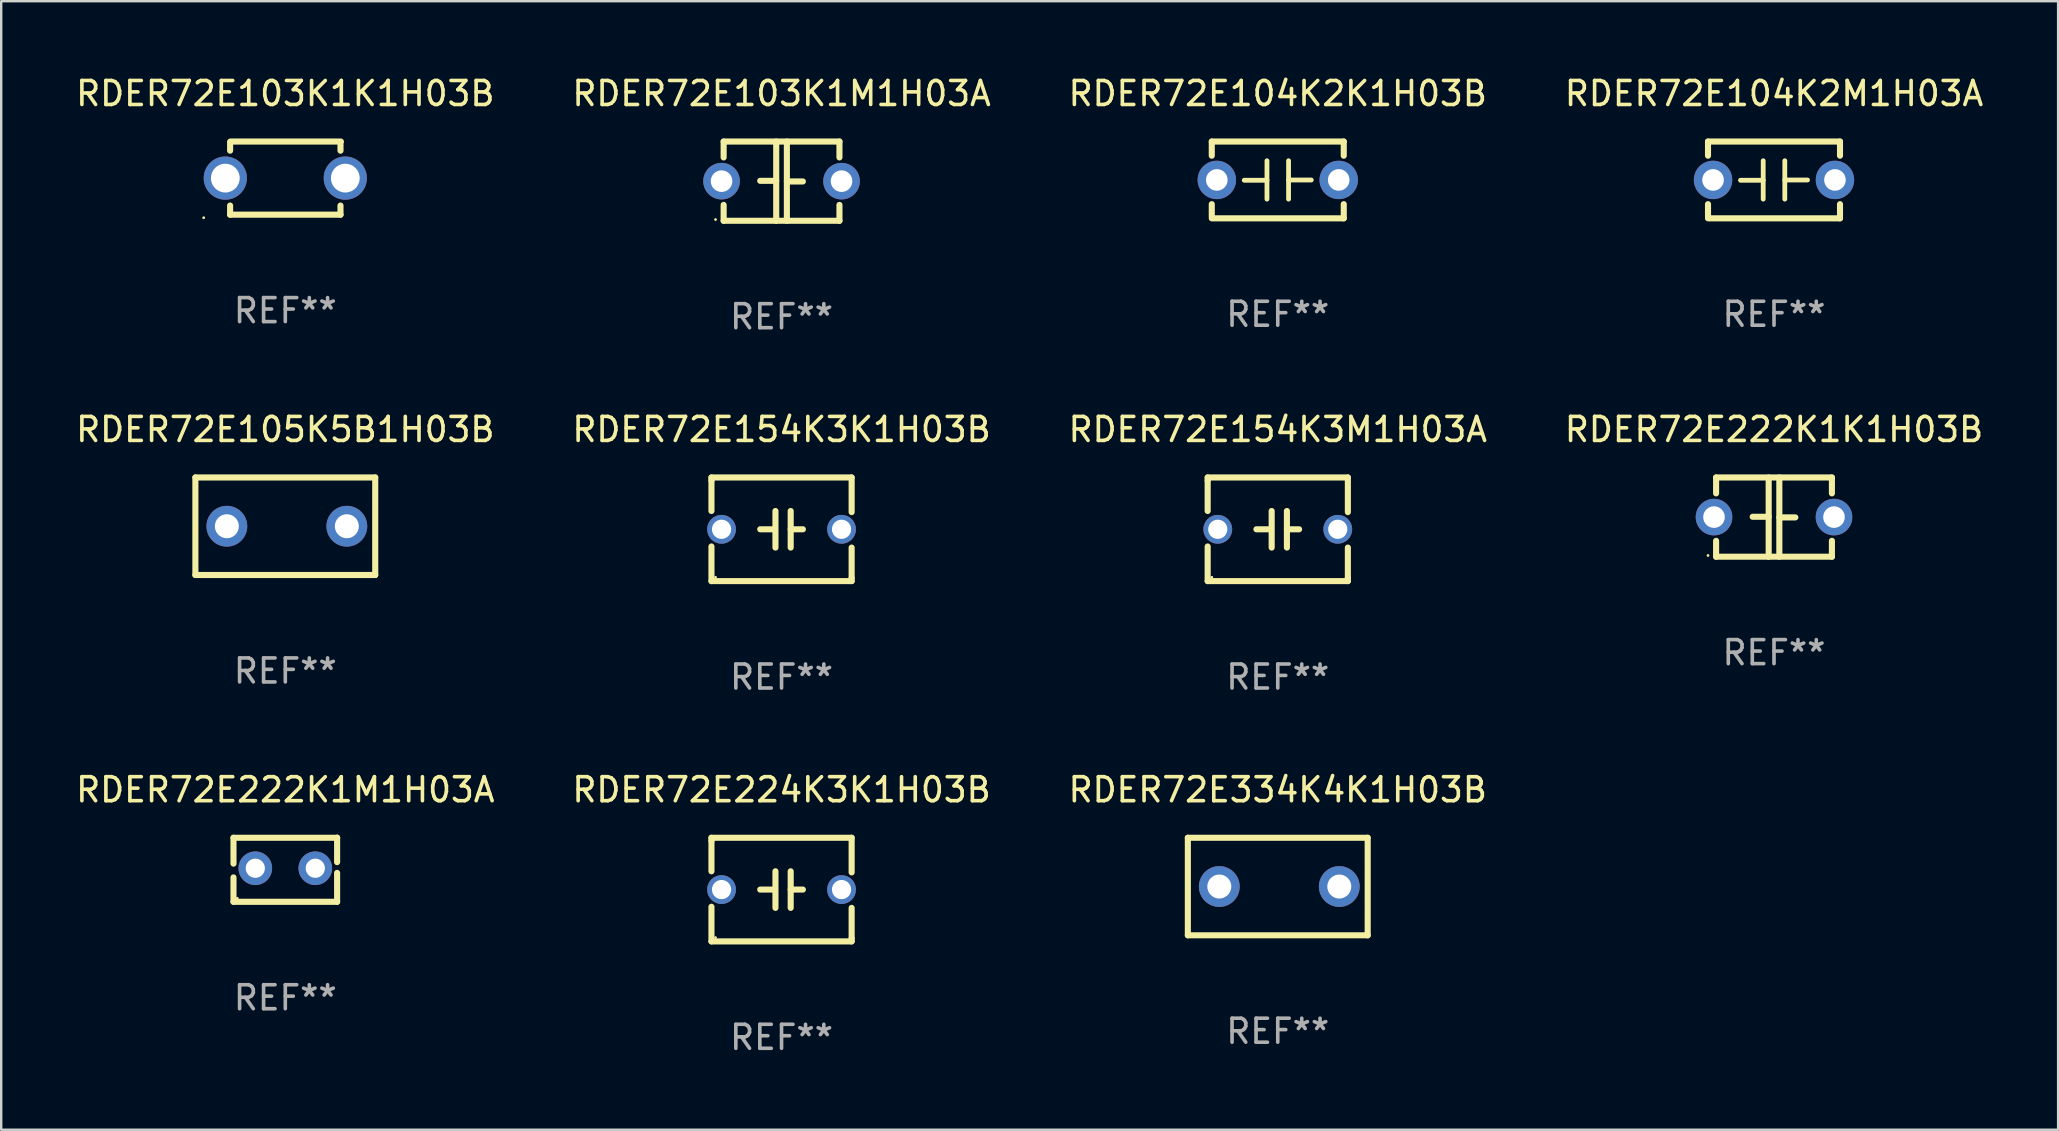
<source format=kicad_pcb>
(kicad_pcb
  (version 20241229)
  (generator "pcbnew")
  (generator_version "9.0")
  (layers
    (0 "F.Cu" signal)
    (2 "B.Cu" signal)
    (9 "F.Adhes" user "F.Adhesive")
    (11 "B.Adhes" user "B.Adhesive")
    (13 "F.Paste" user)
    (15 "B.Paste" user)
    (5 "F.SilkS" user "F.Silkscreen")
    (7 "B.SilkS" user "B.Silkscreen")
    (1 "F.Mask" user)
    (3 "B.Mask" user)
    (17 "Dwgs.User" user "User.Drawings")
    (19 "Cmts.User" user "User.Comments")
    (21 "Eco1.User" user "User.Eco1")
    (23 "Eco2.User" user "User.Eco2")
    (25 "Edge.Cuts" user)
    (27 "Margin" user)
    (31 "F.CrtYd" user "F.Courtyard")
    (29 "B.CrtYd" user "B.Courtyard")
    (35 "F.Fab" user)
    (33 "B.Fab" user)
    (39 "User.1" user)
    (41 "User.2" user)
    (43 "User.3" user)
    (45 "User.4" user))
  (footprint "RDER72E104K2K1H03B"
    (layer "F.Cu")
    (at 50.196 4.448)
    (property "Reference" "RDER72E104K2K1H03B" (at 0 -3.6 0) (layer "F.SilkS") (effects (font (size 1 1) (thickness 0.15))))
    (attr through_hole)
    (fp_line (start -2.75 -1.6) (end -2.75 -1.009) (stroke (width 0.254) (type solid)) (layer "F.SilkS"))
    (fp_line (start -2.75 -1.6) (end 2.75 -1.6) (stroke (width 0.254) (type solid)) (layer "F.SilkS"))
    (fp_line (start -2.75 1.009) (end -2.75 1.524) (stroke (width 0.254) (type solid)) (layer "F.SilkS"))
    (fp_line (start -2.75 1.6) (end 2.75 1.6) (stroke (width 0.254) (type solid)) (layer "F.SilkS"))
    (fp_line (start -0.45 -0.8) (end -0.45 0.8) (stroke (width 0.2) (type solid)) (layer "F.SilkS"))
    (fp_line (start -0.45 0.013) (end -1.397 0.013) (stroke (width 0.2) (type solid)) (layer "F.SilkS"))
    (fp_line (start 0.45 0.003) (end 1.397 0.003) (stroke (width 0.2) (type solid)) (layer "F.SilkS"))
    (fp_line (start 0.45 0.8) (end 0.45 -0.8) (stroke (width 0.2) (type solid)) (layer "F.SilkS"))
    (fp_line (start 2.75 -1.6) (end 2.75 -1.009) (stroke (width 0.254) (type solid)) (layer "F.SilkS"))
    (fp_line (start 2.75 1.009) (end 2.75 1.6) (stroke (width 0.254) (type solid)) (layer "F.SilkS"))
    (fp_circle (center -2.79 1.6) (end -2.76 1.6) (stroke (width 0.06) (type solid)) (fill no) (layer "F.SilkS"))
    (fp_text user "REF**" (at 0 5.6 0) (layer "F.Fab") (effects (font (size 1 1) (thickness 0.15))))
    (pad "1" thru_hole circle (at -2.54 0) (size 1.6 1.6) (drill 0.9) (layers "*.Cu" "*.Mask"))
    (pad "2" thru_hole circle (at 2.54 0) (size 1.6 1.6) (drill 0.9) (layers "*.Cu" "*.Mask")))
  (footprint "RDER72E224K3K1H03B"
    (layer "F.Cu")
    (at 29.518 34.02)
    (property "Reference" "RDER72E224K3K1H03B" (at 0 -4.159 0) (layer "F.SilkS") (effects (font (size 1 1) (thickness 0.15))))
    (attr through_hole)
    (fp_line (start -2.921 -2.159) (end 2.921 -2.159) (stroke (width 0.254) (type solid)) (layer "F.SilkS"))
    (fp_line (start -2.921 -2.032) (end -2.921 -2.159) (stroke (width 0.254) (type solid)) (layer "F.SilkS"))
    (fp_line (start -2.921 -0.762) (end -2.921 -2.032) (stroke (width 0.254) (type solid)) (layer "F.SilkS"))
    (fp_line (start -2.921 2.159) (end -2.921 0.716) (stroke (width 0.254) (type solid)) (layer "F.SilkS"))
    (fp_line (start -0.381 -0.000025) (end -0.889 -0.000025) (stroke (width 0.254) (type solid)) (layer "F.SilkS"))
    (fp_line (start -0.254 -0.762) (end -0.254 0.762) (stroke (width 0.254) (type solid)) (layer "F.SilkS"))
    (fp_line (start 0.381 -0.762) (end 0.381 0.762) (stroke (width 0.254) (type solid)) (layer "F.SilkS"))
    (fp_line (start 0.381 0.000025) (end 0.889 0.000025) (stroke (width 0.254) (type solid)) (layer "F.SilkS"))
    (fp_line (start 2.921 -2.159) (end 2.921 -0.716) (stroke (width 0.254) (type solid)) (layer "F.SilkS"))
    (fp_line (start 2.921 0.762) (end 2.921 2.032) (stroke (width 0.254) (type solid)) (layer "F.SilkS"))
    (fp_line (start 2.921 2.032) (end 2.921 2.159) (stroke (width 0.254) (type solid)) (layer "F.SilkS"))
    (fp_line (start 2.921 2.159) (end -2.921 2.159) (stroke (width 0.254) (type solid)) (layer "F.SilkS"))
    (fp_circle (center -2.75 2) (end -2.72 2) (stroke (width 0.06) (type solid)) (fill no) (layer "F.SilkS"))
    (fp_text user "REF**" (at 0 6.159 0) (layer "F.Fab") (effects (font (size 1 1) (thickness 0.15))))
    (pad "1" thru_hole circle (at -2.5 0) (size 1.2 1.2) (drill 0.8) (layers "*.Cu" "*.Mask"))
    (pad "2" thru_hole circle (at 2.5 0) (size 1.2 1.2) (drill 0.8) (layers "*.Cu" "*.Mask")))
  (footprint "RDER72E222K1K1H03B"
    (layer "F.Cu")
    (at 70.875 18.498)
    (property "Reference" "RDER72E222K1K1H03B" (at 0 -3.651 0) (layer "F.SilkS") (effects (font (size 1 1) (thickness 0.15))))
    (attr through_hole)
    (fp_line (start -2.413 -1.651) (end 2.413 -1.651) (stroke (width 0.254) (type solid)) (layer "F.SilkS"))
    (fp_line (start -2.413 -0.989) (end -2.413 -1.651) (stroke (width 0.254) (type solid)) (layer "F.SilkS"))
    (fp_line (start -2.413 1.651) (end -2.413 0.989) (stroke (width 0.254) (type solid)) (layer "F.SilkS"))
    (fp_line (start -0.222 -0.013) (end -0.889 -0.013) (stroke (width 0.254) (type solid)) (layer "F.SilkS"))
    (fp_line (start -0.222 1.651) (end -0.222 -1.651) (stroke (width 0.254) (type solid)) (layer "F.SilkS"))
    (fp_line (start 0.222 -1.651) (end 0.222 1.651) (stroke (width 0.254) (type solid)) (layer "F.SilkS"))
    (fp_line (start 0.222 0.013) (end 0.889 0.013) (stroke (width 0.254) (type solid)) (layer "F.SilkS"))
    (fp_line (start 2.413 -1.651) (end 2.413 -0.989) (stroke (width 0.254) (type solid)) (layer "F.SilkS"))
    (fp_line (start 2.413 0.989) (end 2.413 1.651) (stroke (width 0.254) (type solid)) (layer "F.SilkS"))
    (fp_line (start 2.413 1.651) (end -2.413 1.651) (stroke (width 0.254) (type solid)) (layer "F.SilkS"))
    (fp_circle (center -2.75 1.6) (end -2.72 1.6) (stroke (width 0.06) (type solid)) (fill no) (layer "F.SilkS"))
    (fp_text user "REF**" (at 0 5.651 0) (layer "F.Fab") (effects (font (size 1 1) (thickness 0.15))))
    (pad "1" thru_hole circle (at -2.5 0) (size 1.524 1.524) (drill 0.9) (layers "*.Cu" "*.Mask"))
    (pad "2" thru_hole circle (at 2.5 0) (size 1.524 1.524) (drill 0.9) (layers "*.Cu" "*.Mask")))
  (footprint "RDER72E154K3K1H03B"
    (layer "F.Cu")
    (at 29.518 19.006)
    (property "Reference" "RDER72E154K3K1H03B" (at 0 -4.159 0) (layer "F.SilkS") (effects (font (size 1 1) (thickness 0.15))))
    (attr through_hole)
    (fp_line (start -2.921 -2.159) (end 2.921 -2.159) (stroke (width 0.254) (type solid)) (layer "F.SilkS"))
    (fp_line (start -2.921 -2.032) (end -2.921 -2.159) (stroke (width 0.254) (type solid)) (layer "F.SilkS"))
    (fp_line (start -2.921 -0.762) (end -2.921 -2.032) (stroke (width 0.254) (type solid)) (layer "F.SilkS"))
    (fp_line (start -2.921 2.159) (end -2.921 0.716) (stroke (width 0.254) (type solid)) (layer "F.SilkS"))
    (fp_line (start -0.381 -0.000025) (end -0.889 -0.000025) (stroke (width 0.254) (type solid)) (layer "F.SilkS"))
    (fp_line (start -0.254 -0.762) (end -0.254 0.762) (stroke (width 0.254) (type solid)) (layer "F.SilkS"))
    (fp_line (start 0.381 -0.762) (end 0.381 0.762) (stroke (width 0.254) (type solid)) (layer "F.SilkS"))
    (fp_line (start 0.381 0.000025) (end 0.889 0.000025) (stroke (width 0.254) (type solid)) (layer "F.SilkS"))
    (fp_line (start 2.921 -2.159) (end 2.921 -0.716) (stroke (width 0.254) (type solid)) (layer "F.SilkS"))
    (fp_line (start 2.921 0.762) (end 2.921 2.032) (stroke (width 0.254) (type solid)) (layer "F.SilkS"))
    (fp_line (start 2.921 2.032) (end 2.921 2.159) (stroke (width 0.254) (type solid)) (layer "F.SilkS"))
    (fp_line (start 2.921 2.159) (end -2.921 2.159) (stroke (width 0.254) (type solid)) (layer "F.SilkS"))
    (fp_circle (center -2.75 2) (end -2.72 2) (stroke (width 0.06) (type solid)) (fill no) (layer "F.SilkS"))
    (fp_text user "REF**" (at 0 6.159 0) (layer "F.Fab") (effects (font (size 1 1) (thickness 0.15))))
    (pad "1" thru_hole circle (at -2.5 0) (size 1.2 1.2) (drill 0.8) (layers "*.Cu" "*.Mask"))
    (pad "2" thru_hole circle (at 2.5 0) (size 1.2 1.2) (drill 0.8) (layers "*.Cu" "*.Mask")))
  (footprint "RDER72E334K4K1H03B"
    (layer "F.Cu")
    (at 50.196 33.893)
    (property "Reference" "RDER72E334K4K1H03B" (at 0 -4.032 0) (layer "F.SilkS") (effects (font (size 1 1) (thickness 0.15))))
    (attr through_hole)
    (fp_line (start -3.747 -2.032) (end -3.747 2.032) (stroke (width 0.254) (type solid)) (layer "F.SilkS"))
    (fp_line (start -3.747 2.032) (end 3.747 2.032) (stroke (width 0.254) (type solid)) (layer "F.SilkS"))
    (fp_line (start 3.747 -2.032) (end -3.747 -2.032) (stroke (width 0.254) (type solid)) (layer "F.SilkS"))
    (fp_line (start 3.747 2.032) (end 3.747 -2.032) (stroke (width 0.254) (type solid)) (layer "F.SilkS"))
    (fp_circle (center -3.687 2) (end -3.657 2) (stroke (width 0.06) (type solid)) (fill no) (layer "F.SilkS"))
    (fp_text user "REF**" (at 0 6.032 0) (layer "F.Fab") (effects (font (size 1 1) (thickness 0.15))))
    (pad "1" thru_hole circle (at -2.436 0) (size 1.7 1.7) (drill 1) (layers "*.Cu" "*.Mask"))
    (pad "2" thru_hole circle (at 2.564 0) (size 1.7 1.7) (drill 1) (layers "*.Cu" "*.Mask")))
  (footprint "RDER72E103K1M1H03A"
    (layer "F.Cu")
    (at 29.518 4.499)
    (property "Reference" "RDER72E103K1M1H03A" (at 0 -3.651 0) (layer "F.SilkS") (effects (font (size 1 1) (thickness 0.15))))
    (attr through_hole)
    (fp_line (start -2.413 -1.651) (end 2.413 -1.651) (stroke (width 0.254) (type solid)) (layer "F.SilkS"))
    (fp_line (start -2.413 -0.989) (end -2.413 -1.651) (stroke (width 0.254) (type solid)) (layer "F.SilkS"))
    (fp_line (start -2.413 1.651) (end -2.413 0.989) (stroke (width 0.254) (type solid)) (layer "F.SilkS"))
    (fp_line (start -0.222 -0.013) (end -0.889 -0.013) (stroke (width 0.254) (type solid)) (layer "F.SilkS"))
    (fp_line (start -0.222 1.651) (end -0.222 -1.651) (stroke (width 0.254) (type solid)) (layer "F.SilkS"))
    (fp_line (start 0.222 -1.651) (end 0.222 1.651) (stroke (width 0.254) (type solid)) (layer "F.SilkS"))
    (fp_line (start 0.222 0.013) (end 0.889 0.013) (stroke (width 0.254) (type solid)) (layer "F.SilkS"))
    (fp_line (start 2.413 -1.651) (end 2.413 -0.989) (stroke (width 0.254) (type solid)) (layer "F.SilkS"))
    (fp_line (start 2.413 0.989) (end 2.413 1.651) (stroke (width 0.254) (type solid)) (layer "F.SilkS"))
    (fp_line (start 2.413 1.651) (end -2.413 1.651) (stroke (width 0.254) (type solid)) (layer "F.SilkS"))
    (fp_circle (center -2.75 1.6) (end -2.72 1.6) (stroke (width 0.06) (type solid)) (fill no) (layer "F.SilkS"))
    (fp_text user "REF**" (at 0 5.651 0) (layer "F.Fab") (effects (font (size 1 1) (thickness 0.15))))
    (pad "1" thru_hole circle (at -2.5 0) (size 1.524 1.524) (drill 0.9) (layers "*.Cu" "*.Mask"))
    (pad "2" thru_hole circle (at 2.5 0) (size 1.524 1.524) (drill 0.9) (layers "*.Cu" "*.Mask")))
  (footprint "RDER72E222K1M1H03A"
    (layer "F.Cu")
    (at 8.839 33.195)
    (property "Reference" "RDER72E222K1M1H03A" (at 0 -3.334 0) (layer "F.SilkS") (effects (font (size 1 1) (thickness 0.15))))
    (attr through_hole)
    (fp_line (start -2.159 -1.334) (end 2.159 -1.334) (stroke (width 0.254) (type solid)) (layer "F.SilkS"))
    (fp_line (start -2.159 -0.256) (end -2.159 -1.334) (stroke (width 0.254) (type solid)) (layer "F.SilkS"))
    (fp_line (start -2.159 1.334) (end -2.159 0.318) (stroke (width 0.254) (type solid)) (layer "F.SilkS"))
    (fp_line (start 2.159 -1.334) (end 2.159 -1.334) (stroke (width 0.254) (type solid)) (layer "F.SilkS"))
    (fp_line (start 2.159 -1.334) (end 2.159 -0.318) (stroke (width 0.254) (type solid)) (layer "F.SilkS"))
    (fp_line (start 2.159 0.129) (end 2.159 1.334) (stroke (width 0.254) (type solid)) (layer "F.SilkS"))
    (fp_line (start 2.159 1.334) (end -2.159 1.334) (stroke (width 0.254) (type solid)) (layer "F.SilkS"))
    (fp_circle (center -2 1.186) (end -1.97 1.186) (stroke (width 0.06) (type solid)) (fill no) (layer "F.SilkS"))
    (fp_text user "REF**" (at 0 5.334 0) (layer "F.Fab") (effects (font (size 1 1) (thickness 0.15))))
    (pad "1" thru_hole circle (at -1.25 -0.064) (size 1.4 1.4) (drill 0.8) (layers "*.Cu" "*.Mask"))
    (pad "2" thru_hole circle (at 1.25 -0.064) (size 1.4 1.4) (drill 0.8) (layers "*.Cu" "*.Mask")))
  (footprint "RDER72E154K3M1H03A"
    (layer "F.Cu")
    (at 50.196 19.006)
    (property "Reference" "RDER72E154K3M1H03A" (at 0 -4.159 0) (layer "F.SilkS") (effects (font (size 1 1) (thickness 0.15))))
    (attr through_hole)
    (fp_line (start -2.921 -2.159) (end 2.921 -2.159) (stroke (width 0.254) (type solid)) (layer "F.SilkS"))
    (fp_line (start -2.921 -2.032) (end -2.921 -2.159) (stroke (width 0.254) (type solid)) (layer "F.SilkS"))
    (fp_line (start -2.921 -0.762) (end -2.921 -2.032) (stroke (width 0.254) (type solid)) (layer "F.SilkS"))
    (fp_line (start -2.921 2.159) (end -2.921 0.716) (stroke (width 0.254) (type solid)) (layer "F.SilkS"))
    (fp_line (start -0.381 -0.000025) (end -0.889 -0.000025) (stroke (width 0.254) (type solid)) (layer "F.SilkS"))
    (fp_line (start -0.254 -0.762) (end -0.254 0.762) (stroke (width 0.254) (type solid)) (layer "F.SilkS"))
    (fp_line (start 0.381 -0.762) (end 0.381 0.762) (stroke (width 0.254) (type solid)) (layer "F.SilkS"))
    (fp_line (start 0.381 0.000025) (end 0.889 0.000025) (stroke (width 0.254) (type solid)) (layer "F.SilkS"))
    (fp_line (start 2.921 -2.159) (end 2.921 -0.716) (stroke (width 0.254) (type solid)) (layer "F.SilkS"))
    (fp_line (start 2.921 0.762) (end 2.921 2.032) (stroke (width 0.254) (type solid)) (layer "F.SilkS"))
    (fp_line (start 2.921 2.032) (end 2.921 2.159) (stroke (width 0.254) (type solid)) (layer "F.SilkS"))
    (fp_line (start 2.921 2.159) (end -2.921 2.159) (stroke (width 0.254) (type solid)) (layer "F.SilkS"))
    (fp_circle (center -2.75 2) (end -2.72 2) (stroke (width 0.06) (type solid)) (fill no) (layer "F.SilkS"))
    (fp_text user "REF**" (at 0 6.159 0) (layer "F.Fab") (effects (font (size 1 1) (thickness 0.15))))
    (pad "1" thru_hole circle (at -2.5 0) (size 1.2 1.2) (drill 0.8) (layers "*.Cu" "*.Mask"))
    (pad "2" thru_hole circle (at 2.5 0) (size 1.2 1.2) (drill 0.8) (layers "*.Cu" "*.Mask")))
  (footprint "RDER72E105K5B1H03B"
    (layer "F.Cu")
    (at 8.839 18.879)
    (property "Reference" "RDER72E105K5B1H03B" (at 0 -4.032 0) (layer "F.SilkS") (effects (font (size 1 1) (thickness 0.15))))
    (attr through_hole)
    (fp_line (start -3.747 -2.032) (end -3.747 2.032) (stroke (width 0.254) (type solid)) (layer "F.SilkS"))
    (fp_line (start -3.747 2.032) (end 3.747 2.032) (stroke (width 0.254) (type solid)) (layer "F.SilkS"))
    (fp_line (start 3.747 -2.032) (end -3.747 -2.032) (stroke (width 0.254) (type solid)) (layer "F.SilkS"))
    (fp_line (start 3.747 2.032) (end 3.747 -2.032) (stroke (width 0.254) (type solid)) (layer "F.SilkS"))
    (fp_circle (center -3.687 2) (end -3.657 2) (stroke (width 0.06) (type solid)) (fill no) (layer "F.SilkS"))
    (fp_text user "REF**" (at 0 6.032 0) (layer "F.Fab") (effects (font (size 1 1) (thickness 0.15))))
    (pad "1" thru_hole circle (at -2.436 0) (size 1.7 1.7) (drill 1) (layers "*.Cu" "*.Mask"))
    (pad "2" thru_hole circle (at 2.564 0) (size 1.7 1.7) (drill 1) (layers "*.Cu" "*.Mask")))
  (footprint "RDER72E104K2M1H03A"
    (layer "F.Cu")
    (at 70.875 4.448)
    (property "Reference" "RDER72E104K2M1H03A" (at 0 -3.6 0) (layer "F.SilkS") (effects (font (size 1 1) (thickness 0.15))))
    (attr through_hole)
    (fp_line (start -2.75 -1.6) (end -2.75 -1.009) (stroke (width 0.254) (type solid)) (layer "F.SilkS"))
    (fp_line (start -2.75 -1.6) (end 2.75 -1.6) (stroke (width 0.254) (type solid)) (layer "F.SilkS"))
    (fp_line (start -2.75 1.009) (end -2.75 1.524) (stroke (width 0.254) (type solid)) (layer "F.SilkS"))
    (fp_line (start -2.75 1.6) (end 2.75 1.6) (stroke (width 0.254) (type solid)) (layer "F.SilkS"))
    (fp_line (start -0.45 -0.8) (end -0.45 0.8) (stroke (width 0.2) (type solid)) (layer "F.SilkS"))
    (fp_line (start -0.45 0.013) (end -1.397 0.013) (stroke (width 0.2) (type solid)) (layer "F.SilkS"))
    (fp_line (start 0.45 0.003) (end 1.397 0.003) (stroke (width 0.2) (type solid)) (layer "F.SilkS"))
    (fp_line (start 0.45 0.8) (end 0.45 -0.8) (stroke (width 0.2) (type solid)) (layer "F.SilkS"))
    (fp_line (start 2.75 -1.6) (end 2.75 -1.009) (stroke (width 0.254) (type solid)) (layer "F.SilkS"))
    (fp_line (start 2.75 1.009) (end 2.75 1.6) (stroke (width 0.254) (type solid)) (layer "F.SilkS"))
    (fp_circle (center -2.79 1.6) (end -2.76 1.6) (stroke (width 0.06) (type solid)) (fill no) (layer "F.SilkS"))
    (fp_text user "REF**" (at 0 5.6 0) (layer "F.Fab") (effects (font (size 1 1) (thickness 0.15))))
    (pad "1" thru_hole circle (at -2.54 0) (size 1.6 1.6) (drill 0.9) (layers "*.Cu" "*.Mask"))
    (pad "2" thru_hole circle (at 2.54 0) (size 1.6 1.6) (drill 0.9) (layers "*.Cu" "*.Mask")))
  (footprint "RDER72E103K1K1H03B"
    (layer "F.Cu")
    (at 8.839 4.372)
    (property "Reference" "RDER72E103K1K1H03B" (at 0 -3.524 0) (layer "F.SilkS") (effects (font (size 1 1) (thickness 0.15))))
    (attr through_hole)
    (fp_line (start -2.3 -1.5) (end -2.3 -1.143) (stroke (width 0.254) (type solid)) (layer "F.SilkS"))
    (fp_line (start -2.3 1.524) (end -2.3 1.143) (stroke (width 0.254) (type solid)) (layer "F.SilkS"))
    (fp_line (start -2.286 -1.524) (end 2.314 -1.524) (stroke (width 0.254) (type solid)) (layer "F.SilkS"))
    (fp_line (start 2.3 -1.5) (end 2.3 -1.143) (stroke (width 0.254) (type solid)) (layer "F.SilkS"))
    (fp_line (start 2.3 1.524) (end -2.3 1.524) (stroke (width 0.254) (type solid)) (layer "F.SilkS"))
    (fp_line (start 2.3 1.524) (end 2.3 1.143) (stroke (width 0.254) (type solid)) (layer "F.SilkS"))
    (fp_circle (center -3.4 1.651) (end -3.37 1.651) (stroke (width 0.06) (type solid)) (fill no) (layer "F.SilkS"))
    (fp_text user "REF**" (at 0 5.524 0) (layer "F.Fab") (effects (font (size 1 1) (thickness 0.15))))
    (pad "1" thru_hole circle (at -2.5 0) (size 1.8 1.8) (drill 1.2) (layers "*.Cu" "*.Mask"))
    (pad "2" thru_hole circle (at 2.5 0) (size 1.8 1.8) (drill 1.2) (layers "*.Cu" "*.Mask")))
  (gr_rect
    (start -3 -3)
    (end 82.714 44.028)
    (stroke (width 0.1) (type default))
    (fill no)
    (layer "Edge.Cuts")))
</source>
